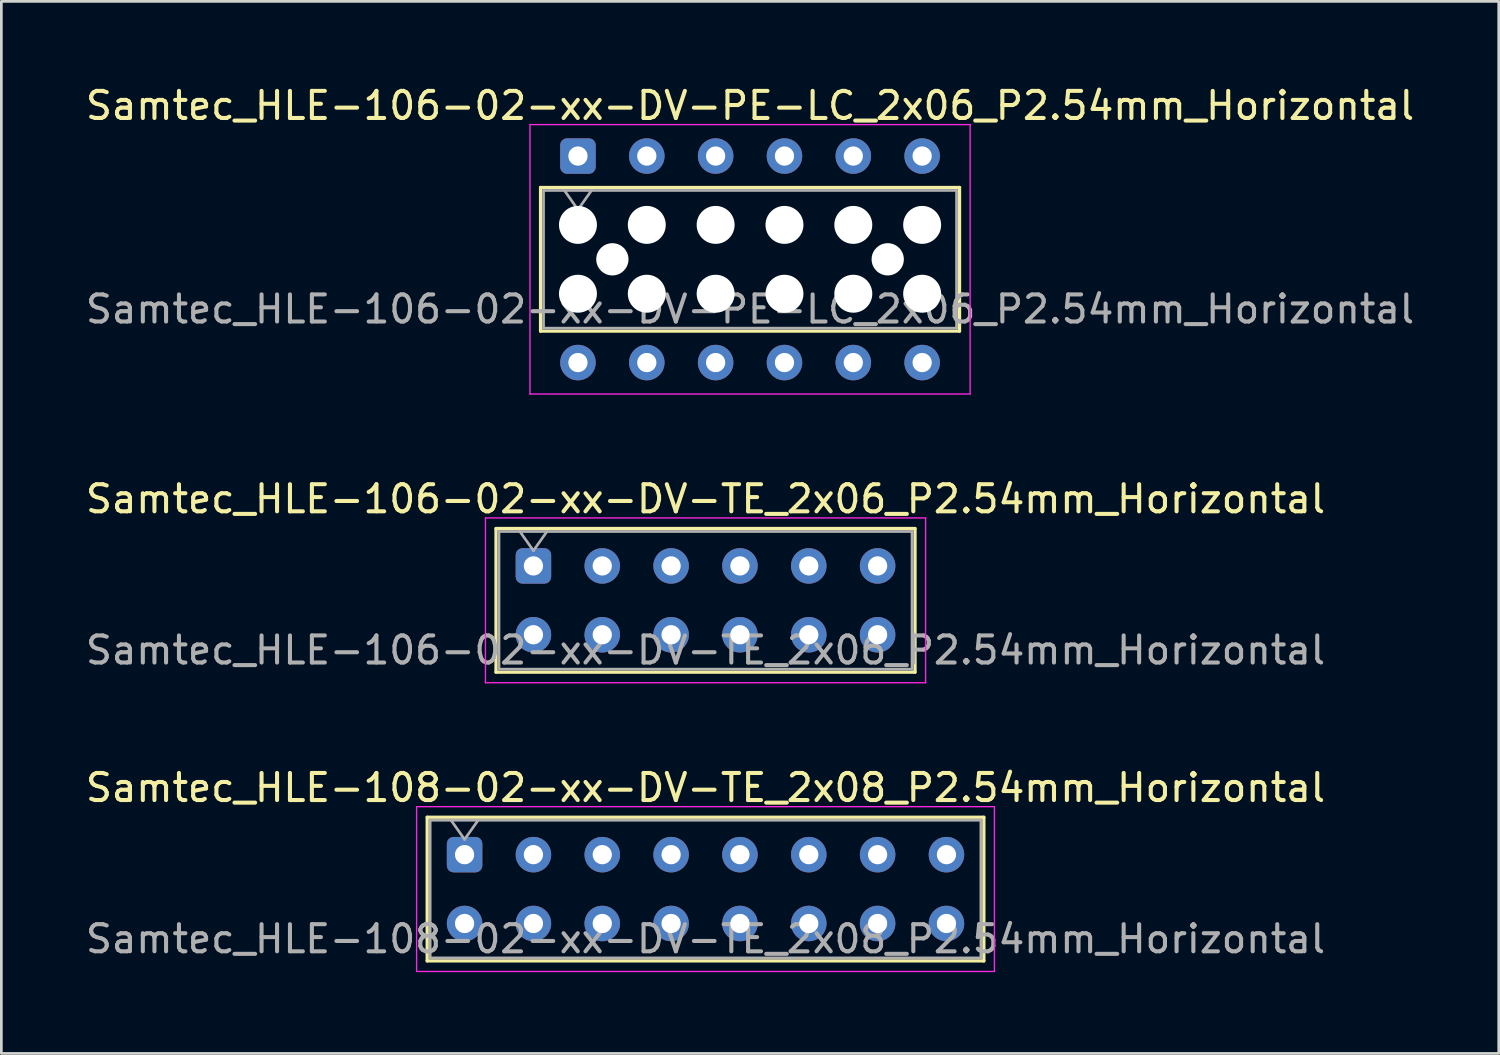
<source format=kicad_pcb>
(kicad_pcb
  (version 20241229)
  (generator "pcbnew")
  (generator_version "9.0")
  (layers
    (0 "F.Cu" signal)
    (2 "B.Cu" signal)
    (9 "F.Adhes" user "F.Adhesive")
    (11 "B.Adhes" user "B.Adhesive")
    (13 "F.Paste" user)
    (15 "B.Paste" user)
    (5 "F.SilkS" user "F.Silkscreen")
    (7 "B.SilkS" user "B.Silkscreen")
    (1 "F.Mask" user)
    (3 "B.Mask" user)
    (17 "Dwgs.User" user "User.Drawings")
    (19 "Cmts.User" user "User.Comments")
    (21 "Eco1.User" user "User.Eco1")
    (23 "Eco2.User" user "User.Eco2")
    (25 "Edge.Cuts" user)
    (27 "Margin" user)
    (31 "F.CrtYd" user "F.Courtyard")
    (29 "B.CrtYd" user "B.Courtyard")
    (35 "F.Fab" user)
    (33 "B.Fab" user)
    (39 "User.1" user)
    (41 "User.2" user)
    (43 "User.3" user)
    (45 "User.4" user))
  (footprint "Samtec_HLE-106-02-xx-DV-PE-LC_2x06_P2.54mm_Horizontal"
    (layer "F.Cu")
    (at 18.275 2.708)
    (property "Reference" "Samtec_HLE-106-02-xx-DV-PE-LC_2x06_P2.54mm_Horizontal" (at 6.35 -1.86 0) (layer "F.SilkS") (effects (font (size 1 1) (thickness 0.15))))
    (attr through_hole)
    (fp_line (start -1.38 1.16) (end 14.08 1.16) (stroke (width 0.12) (type solid)) (layer "F.SilkS"))
    (fp_line (start -1.38 6.46) (end -1.38 1.16) (stroke (width 0.12) (type solid)) (layer "F.SilkS"))
    (fp_line (start 14.08 1.16) (end 14.08 6.46) (stroke (width 0.12) (type solid)) (layer "F.SilkS"))
    (fp_line (start 14.08 6.46) (end -1.38 6.46) (stroke (width 0.12) (type solid)) (layer "F.SilkS"))
    (fp_line (start -1.77 -1.16) (end 14.47 -1.16) (stroke (width 0.05) (type solid)) (layer "F.CrtYd"))
    (fp_line (start -1.77 8.78) (end -1.77 -1.16) (stroke (width 0.05) (type solid)) (layer "F.CrtYd"))
    (fp_line (start 14.47 -1.16) (end 14.47 8.78) (stroke (width 0.05) (type solid)) (layer "F.CrtYd"))
    (fp_line (start 14.47 8.78) (end -1.77 8.78) (stroke (width 0.05) (type solid)) (layer "F.CrtYd"))
    (fp_line (start -1.27 1.27) (end 13.97 1.27) (stroke (width 0.1) (type solid)) (layer "F.Fab"))
    (fp_line (start -1.27 6.35) (end -1.27 1.27) (stroke (width 0.1) (type solid)) (layer "F.Fab"))
    (fp_line (start -0.5 1.27) (end 0 1.977) (stroke (width 0.1) (type solid)) (layer "F.Fab"))
    (fp_line (start 0 1.977) (end 0.5 1.27) (stroke (width 0.1) (type solid)) (layer "F.Fab"))
    (fp_line (start 13.97 1.27) (end 13.97 6.35) (stroke (width 0.1) (type solid)) (layer "F.Fab"))
    (fp_line (start 13.97 6.35) (end -1.27 6.35) (stroke (width 0.1) (type solid)) (layer "F.Fab"))
    (fp_text user "${REFERENCE}" (at 6.35 5.65 0) (layer "F.Fab") (effects (font (size 1 1) (thickness 0.15))))
    (pad "" np_thru_hole circle (at 0 2.54) (size 1.4 1.4) (drill 1.4) (layers "*.Cu" "*.Mask"))
    (pad "" np_thru_hole circle (at 0 5.08) (size 1.4 1.4) (drill 1.4) (layers "*.Cu" "*.Mask"))
    (pad "" np_thru_hole circle (at 1.27 3.81) (size 1.19 1.19) (drill 1.19) (layers "*.Cu" "*.Mask"))
    (pad "" np_thru_hole circle (at 2.54 2.54) (size 1.4 1.4) (drill 1.4) (layers "*.Cu" "*.Mask"))
    (pad "" np_thru_hole circle (at 2.54 5.08) (size 1.4 1.4) (drill 1.4) (layers "*.Cu" "*.Mask"))
    (pad "" np_thru_hole circle (at 5.08 2.54) (size 1.4 1.4) (drill 1.4) (layers "*.Cu" "*.Mask"))
    (pad "" np_thru_hole circle (at 5.08 5.08) (size 1.4 1.4) (drill 1.4) (layers "*.Cu" "*.Mask"))
    (pad "" np_thru_hole circle (at 7.62 2.54) (size 1.4 1.4) (drill 1.4) (layers "*.Cu" "*.Mask"))
    (pad "" np_thru_hole circle (at 7.62 5.08) (size 1.4 1.4) (drill 1.4) (layers "*.Cu" "*.Mask"))
    (pad "" np_thru_hole circle (at 10.16 2.54) (size 1.4 1.4) (drill 1.4) (layers "*.Cu" "*.Mask"))
    (pad "" np_thru_hole circle (at 10.16 5.08) (size 1.4 1.4) (drill 1.4) (layers "*.Cu" "*.Mask"))
    (pad "" np_thru_hole circle (at 11.43 3.81) (size 1.19 1.19) (drill 1.19) (layers "*.Cu" "*.Mask"))
    (pad "" np_thru_hole circle (at 12.7 2.54) (size 1.4 1.4) (drill 1.4) (layers "*.Cu" "*.Mask"))
    (pad "" np_thru_hole circle (at 12.7 5.08) (size 1.4 1.4) (drill 1.4) (layers "*.Cu" "*.Mask"))
    (pad "1" thru_hole roundrect (at 0 0) (size 1.31 1.31) (drill 0.71) (layers "*.Cu" "*.Mask") (roundrect_rratio 0.191))
    (pad "2" thru_hole circle (at 0 7.62) (size 1.31 1.31) (drill 0.71) (layers "*.Cu" "*.Mask"))
    (pad "3" thru_hole circle (at 2.54 0) (size 1.31 1.31) (drill 0.71) (layers "*.Cu" "*.Mask"))
    (pad "4" thru_hole circle (at 2.54 7.62) (size 1.31 1.31) (drill 0.71) (layers "*.Cu" "*.Mask"))
    (pad "5" thru_hole circle (at 5.08 0) (size 1.31 1.31) (drill 0.71) (layers "*.Cu" "*.Mask"))
    (pad "6" thru_hole circle (at 5.08 7.62) (size 1.31 1.31) (drill 0.71) (layers "*.Cu" "*.Mask"))
    (pad "7" thru_hole circle (at 7.62 0) (size 1.31 1.31) (drill 0.71) (layers "*.Cu" "*.Mask"))
    (pad "8" thru_hole circle (at 7.62 7.62) (size 1.31 1.31) (drill 0.71) (layers "*.Cu" "*.Mask"))
    (pad "9" thru_hole circle (at 10.16 0) (size 1.31 1.31) (drill 0.71) (layers "*.Cu" "*.Mask"))
    (pad "10" thru_hole circle (at 10.16 7.62) (size 1.31 1.31) (drill 0.71) (layers "*.Cu" "*.Mask"))
    (pad "11" thru_hole circle (at 12.7 0) (size 1.31 1.31) (drill 0.71) (layers "*.Cu" "*.Mask"))
    (pad "12" thru_hole circle (at 12.7 7.62) (size 1.31 1.31) (drill 0.71) (layers "*.Cu" "*.Mask")))
  (footprint "Samtec_HLE-106-02-xx-DV-TE_2x06_P2.54mm_Horizontal"
    (layer "F.Cu")
    (at 16.632 17.831)
    (property "Reference" "Samtec_HLE-106-02-xx-DV-TE_2x06_P2.54mm_Horizontal" (at 6.35 -2.47 0) (layer "F.SilkS") (effects (font (size 1 1) (thickness 0.15))))
    (attr through_hole)
    (fp_line (start -1.38 -1.38) (end 14.08 -1.38) (stroke (width 0.12) (type solid)) (layer "F.SilkS"))
    (fp_line (start -1.38 3.92) (end -1.38 -1.38) (stroke (width 0.12) (type solid)) (layer "F.SilkS"))
    (fp_line (start 14.08 -1.38) (end 14.08 3.92) (stroke (width 0.12) (type solid)) (layer "F.SilkS"))
    (fp_line (start 14.08 3.92) (end -1.38 3.92) (stroke (width 0.12) (type solid)) (layer "F.SilkS"))
    (fp_line (start -1.77 -1.77) (end 14.47 -1.77) (stroke (width 0.05) (type solid)) (layer "F.CrtYd"))
    (fp_line (start -1.77 4.31) (end -1.77 -1.77) (stroke (width 0.05) (type solid)) (layer "F.CrtYd"))
    (fp_line (start 14.47 -1.77) (end 14.47 4.31) (stroke (width 0.05) (type solid)) (layer "F.CrtYd"))
    (fp_line (start 14.47 4.31) (end -1.77 4.31) (stroke (width 0.05) (type solid)) (layer "F.CrtYd"))
    (fp_line (start -1.27 -1.27) (end 13.97 -1.27) (stroke (width 0.1) (type solid)) (layer "F.Fab"))
    (fp_line (start -1.27 3.81) (end -1.27 -1.27) (stroke (width 0.1) (type solid)) (layer "F.Fab"))
    (fp_line (start -0.5 -1.27) (end 0 -0.563) (stroke (width 0.1) (type solid)) (layer "F.Fab"))
    (fp_line (start 0 -0.563) (end 0.5 -1.27) (stroke (width 0.1) (type solid)) (layer "F.Fab"))
    (fp_line (start 13.97 -1.27) (end 13.97 3.81) (stroke (width 0.1) (type solid)) (layer "F.Fab"))
    (fp_line (start 13.97 3.81) (end -1.27 3.81) (stroke (width 0.1) (type solid)) (layer "F.Fab"))
    (fp_text user "${REFERENCE}" (at 6.35 3.11 0) (layer "F.Fab") (effects (font (size 1 1) (thickness 0.15))))
    (pad "1" thru_hole roundrect (at 0 0) (size 1.31 1.31) (drill 0.71) (layers "*.Cu" "*.Mask") (roundrect_rratio 0.191))
    (pad "2" thru_hole circle (at 0 2.54) (size 1.31 1.31) (drill 0.71) (layers "*.Cu" "*.Mask"))
    (pad "3" thru_hole circle (at 2.54 0) (size 1.31 1.31) (drill 0.71) (layers "*.Cu" "*.Mask"))
    (pad "4" thru_hole circle (at 2.54 2.54) (size 1.31 1.31) (drill 0.71) (layers "*.Cu" "*.Mask"))
    (pad "5" thru_hole circle (at 5.08 0) (size 1.31 1.31) (drill 0.71) (layers "*.Cu" "*.Mask"))
    (pad "6" thru_hole circle (at 5.08 2.54) (size 1.31 1.31) (drill 0.71) (layers "*.Cu" "*.Mask"))
    (pad "7" thru_hole circle (at 7.62 0) (size 1.31 1.31) (drill 0.71) (layers "*.Cu" "*.Mask"))
    (pad "8" thru_hole circle (at 7.62 2.54) (size 1.31 1.31) (drill 0.71) (layers "*.Cu" "*.Mask"))
    (pad "9" thru_hole circle (at 10.16 0) (size 1.31 1.31) (drill 0.71) (layers "*.Cu" "*.Mask"))
    (pad "10" thru_hole circle (at 10.16 2.54) (size 1.31 1.31) (drill 0.71) (layers "*.Cu" "*.Mask"))
    (pad "11" thru_hole circle (at 12.7 0) (size 1.31 1.31) (drill 0.71) (layers "*.Cu" "*.Mask"))
    (pad "12" thru_hole circle (at 12.7 2.54) (size 1.31 1.31) (drill 0.71) (layers "*.Cu" "*.Mask")))
  (footprint "Samtec_HLE-108-02-xx-DV-TE_2x08_P2.54mm_Horizontal"
    (layer "F.Cu")
    (at 14.092 28.485)
    (property "Reference" "Samtec_HLE-108-02-xx-DV-TE_2x08_P2.54mm_Horizontal" (at 8.89 -2.47 0) (layer "F.SilkS") (effects (font (size 1 1) (thickness 0.15))))
    (attr through_hole)
    (fp_line (start -1.38 -1.38) (end 19.16 -1.38) (stroke (width 0.12) (type solid)) (layer "F.SilkS"))
    (fp_line (start -1.38 3.92) (end -1.38 -1.38) (stroke (width 0.12) (type solid)) (layer "F.SilkS"))
    (fp_line (start 19.16 -1.38) (end 19.16 3.92) (stroke (width 0.12) (type solid)) (layer "F.SilkS"))
    (fp_line (start 19.16 3.92) (end -1.38 3.92) (stroke (width 0.12) (type solid)) (layer "F.SilkS"))
    (fp_line (start -1.77 -1.77) (end 19.55 -1.77) (stroke (width 0.05) (type solid)) (layer "F.CrtYd"))
    (fp_line (start -1.77 4.31) (end -1.77 -1.77) (stroke (width 0.05) (type solid)) (layer "F.CrtYd"))
    (fp_line (start 19.55 -1.77) (end 19.55 4.31) (stroke (width 0.05) (type solid)) (layer "F.CrtYd"))
    (fp_line (start 19.55 4.31) (end -1.77 4.31) (stroke (width 0.05) (type solid)) (layer "F.CrtYd"))
    (fp_line (start -1.27 -1.27) (end 19.05 -1.27) (stroke (width 0.1) (type solid)) (layer "F.Fab"))
    (fp_line (start -1.27 3.81) (end -1.27 -1.27) (stroke (width 0.1) (type solid)) (layer "F.Fab"))
    (fp_line (start -0.5 -1.27) (end 0 -0.563) (stroke (width 0.1) (type solid)) (layer "F.Fab"))
    (fp_line (start 0 -0.563) (end 0.5 -1.27) (stroke (width 0.1) (type solid)) (layer "F.Fab"))
    (fp_line (start 19.05 -1.27) (end 19.05 3.81) (stroke (width 0.1) (type solid)) (layer "F.Fab"))
    (fp_line (start 19.05 3.81) (end -1.27 3.81) (stroke (width 0.1) (type solid)) (layer "F.Fab"))
    (fp_text user "${REFERENCE}" (at 8.89 3.11 0) (layer "F.Fab") (effects (font (size 1 1) (thickness 0.15))))
    (pad "1" thru_hole roundrect (at 0 0) (size 1.31 1.31) (drill 0.71) (layers "*.Cu" "*.Mask") (roundrect_rratio 0.191))
    (pad "2" thru_hole circle (at 0 2.54) (size 1.31 1.31) (drill 0.71) (layers "*.Cu" "*.Mask"))
    (pad "3" thru_hole circle (at 2.54 0) (size 1.31 1.31) (drill 0.71) (layers "*.Cu" "*.Mask"))
    (pad "4" thru_hole circle (at 2.54 2.54) (size 1.31 1.31) (drill 0.71) (layers "*.Cu" "*.Mask"))
    (pad "5" thru_hole circle (at 5.08 0) (size 1.31 1.31) (drill 0.71) (layers "*.Cu" "*.Mask"))
    (pad "6" thru_hole circle (at 5.08 2.54) (size 1.31 1.31) (drill 0.71) (layers "*.Cu" "*.Mask"))
    (pad "7" thru_hole circle (at 7.62 0) (size 1.31 1.31) (drill 0.71) (layers "*.Cu" "*.Mask"))
    (pad "8" thru_hole circle (at 7.62 2.54) (size 1.31 1.31) (drill 0.71) (layers "*.Cu" "*.Mask"))
    (pad "9" thru_hole circle (at 10.16 0) (size 1.31 1.31) (drill 0.71) (layers "*.Cu" "*.Mask"))
    (pad "10" thru_hole circle (at 10.16 2.54) (size 1.31 1.31) (drill 0.71) (layers "*.Cu" "*.Mask"))
    (pad "11" thru_hole circle (at 12.7 0) (size 1.31 1.31) (drill 0.71) (layers "*.Cu" "*.Mask"))
    (pad "12" thru_hole circle (at 12.7 2.54) (size 1.31 1.31) (drill 0.71) (layers "*.Cu" "*.Mask"))
    (pad "13" thru_hole circle (at 15.24 0) (size 1.31 1.31) (drill 0.71) (layers "*.Cu" "*.Mask"))
    (pad "14" thru_hole circle (at 15.24 2.54) (size 1.31 1.31) (drill 0.71) (layers "*.Cu" "*.Mask"))
    (pad "15" thru_hole circle (at 17.78 0) (size 1.31 1.31) (drill 0.71) (layers "*.Cu" "*.Mask"))
    (pad "16" thru_hole circle (at 17.78 2.54) (size 1.31 1.31) (drill 0.71) (layers "*.Cu" "*.Mask")))
  (gr_rect
    (start -3 -3)
    (end 52.25 35.82)
    (stroke (width 0.1) (type default))
    (fill no)
    (layer "Edge.Cuts")))
</source>
